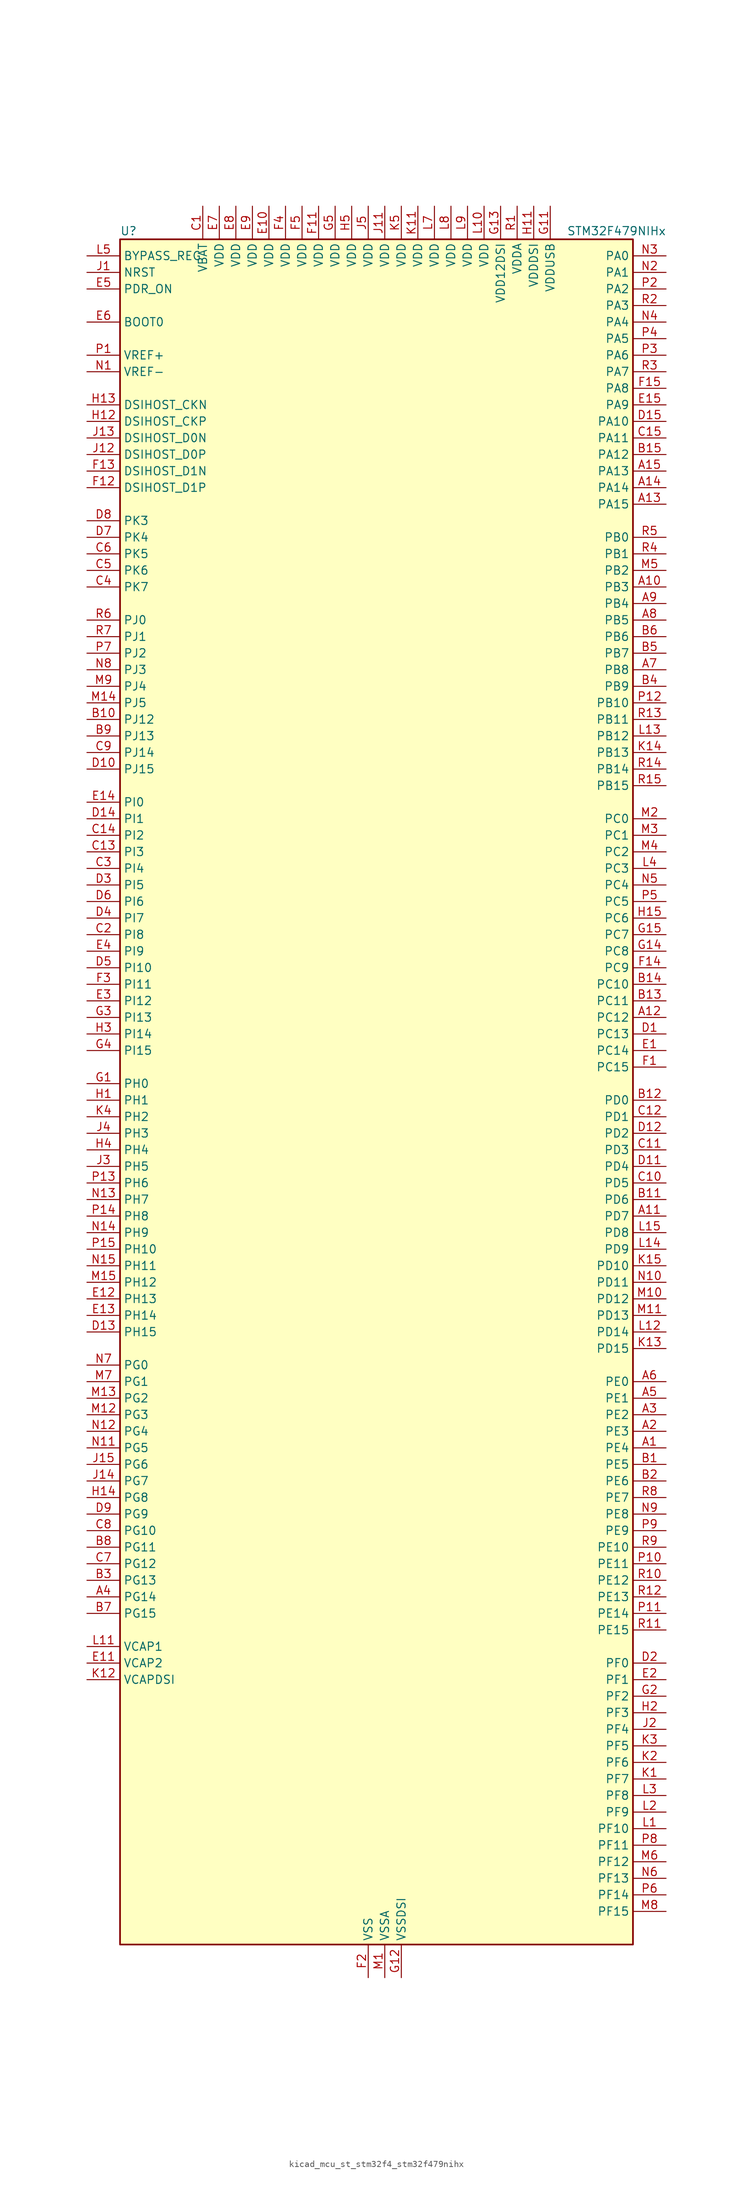
<source format=kicad_sym>
(kicad_symbol_lib
  (version 20220914)
  (generator kicad_symbol_editor)
  (symbol "kicad_mcu_st_stm32f4_stm32f479nihx"
    (property "Reference" "U"
      (at -38.1 133.35 0)
      (effects (font (size 1.27 1.27)) (justify left)))
    (property "Value" "STM32F479NIHx"
      (at 30.48 133.35 0)
      (effects (font (size 1.27 1.27)) (justify left)))
    (property "ki_locked" ""
      (at 0 0 0)
      (effects (font (size 1.27 1.27))))
    (symbol "kicad_mcu_st_stm32f4_stm32f479nihx_0_1"
      (rectangle (start -38.1 -129.54) (end 40.64 132.08) (stroke (width 0.254) (type default)) (fill (type background))))
    (symbol "kicad_mcu_st_stm32f4_stm32f479nihx_1_1"
      (pin bidirectional line (at 45.72 -53.34 180) (length 5.08) (name "PE4" (effects (font (size 1.27 1.27)))) (number "A1" (effects (font (size 1.27 1.27)))) (alternate "DCMI_D4" bidirectional line) (alternate "FMC_A20" bidirectional line) (alternate "LTDC_B0" bidirectional line) (alternate "SAI1_FS_A" bidirectional line) (alternate "SPI4_NSS" bidirectional line) (alternate "SYS_TRACED1" bidirectional line))
      (pin bidirectional line (at 45.72 78.74 180) (length 5.08) (name "PB3" (effects (font (size 1.27 1.27)))) (number "A10" (effects (font (size 1.27 1.27)))) (alternate "I2S3_CK" bidirectional line) (alternate "SPI1_SCK" bidirectional line) (alternate "SPI3_SCK" bidirectional line) (alternate "SYS_JTDO-SWO" bidirectional line) (alternate "TIM2_CH2" bidirectional line))
      (pin bidirectional line (at 45.72 -17.78 180) (length 5.08) (name "PD7" (effects (font (size 1.27 1.27)))) (number "A11" (effects (font (size 1.27 1.27)))) (alternate "FMC_NE1" bidirectional line) (alternate "USART2_CK" bidirectional line))
      (pin bidirectional line (at 45.72 12.7 180) (length 5.08) (name "PC12" (effects (font (size 1.27 1.27)))) (number "A12" (effects (font (size 1.27 1.27)))) (alternate "DCMI_D9" bidirectional line) (alternate "I2S3_SD" bidirectional line) (alternate "SDIO_CK" bidirectional line) (alternate "SPI3_MOSI" bidirectional line) (alternate "SYS_TRACED3" bidirectional line) (alternate "UART5_TX" bidirectional line) (alternate "USART3_CK" bidirectional line))
      (pin bidirectional line (at 45.72 91.44 180) (length 5.08) (name "PA15" (effects (font (size 1.27 1.27)))) (number "A13" (effects (font (size 1.27 1.27)))) (alternate "ADC1_EXTI15" bidirectional line) (alternate "ADC2_EXTI15" bidirectional line) (alternate "ADC3_EXTI15" bidirectional line) (alternate "I2S3_WS" bidirectional line) (alternate "SPI1_NSS" bidirectional line) (alternate "SPI3_NSS" bidirectional line) (alternate "SYS_JTDI" bidirectional line) (alternate "TIM2_CH1" bidirectional line) (alternate "TIM2_ETR" bidirectional line))
      (pin bidirectional line (at 45.72 93.98 180) (length 5.08) (name "PA14" (effects (font (size 1.27 1.27)))) (number "A14" (effects (font (size 1.27 1.27)))) (alternate "SYS_JTCK-SWCLK" bidirectional line))
      (pin bidirectional line (at 45.72 96.52 180) (length 5.08) (name "PA13" (effects (font (size 1.27 1.27)))) (number "A15" (effects (font (size 1.27 1.27)))) (alternate "SYS_JTMS-SWDIO" bidirectional line))
      (pin bidirectional line (at 45.72 -50.8 180) (length 5.08) (name "PE3" (effects (font (size 1.27 1.27)))) (number "A2" (effects (font (size 1.27 1.27)))) (alternate "FMC_A19" bidirectional line) (alternate "SAI1_SD_B" bidirectional line) (alternate "SYS_TRACED0" bidirectional line))
      (pin bidirectional line (at 45.72 -48.26 180) (length 5.08) (name "PE2" (effects (font (size 1.27 1.27)))) (number "A3" (effects (font (size 1.27 1.27)))) (alternate "ETH_TXD3" bidirectional line) (alternate "FMC_A23" bidirectional line) (alternate "QUADSPI_BK1_IO2" bidirectional line) (alternate "SAI1_MCLK_A" bidirectional line) (alternate "SPI4_SCK" bidirectional line) (alternate "SYS_TRACECLK" bidirectional line))
      (pin bidirectional line (at -43.18 -76.2 0) (length 5.08) (name "PG14" (effects (font (size 1.27 1.27)))) (number "A4" (effects (font (size 1.27 1.27)))) (alternate "ETH_TXD1" bidirectional line) (alternate "FMC_A25" bidirectional line) (alternate "LTDC_B0" bidirectional line) (alternate "QUADSPI_BK2_IO3" bidirectional line) (alternate "SPI6_MOSI" bidirectional line) (alternate "SYS_TRACED1" bidirectional line) (alternate "USART6_TX" bidirectional line))
      (pin bidirectional line (at 45.72 -45.72 180) (length 5.08) (name "PE1" (effects (font (size 1.27 1.27)))) (number "A5" (effects (font (size 1.27 1.27)))) (alternate "DCMI_D3" bidirectional line) (alternate "FMC_NBL1" bidirectional line) (alternate "UART8_TX" bidirectional line))
      (pin bidirectional line (at 45.72 -43.18 180) (length 5.08) (name "PE0" (effects (font (size 1.27 1.27)))) (number "A6" (effects (font (size 1.27 1.27)))) (alternate "DCMI_D2" bidirectional line) (alternate "FMC_NBL0" bidirectional line) (alternate "TIM4_ETR" bidirectional line) (alternate "UART8_RX" bidirectional line))
      (pin bidirectional line (at 45.72 66.04 180) (length 5.08) (name "PB8" (effects (font (size 1.27 1.27)))) (number "A7" (effects (font (size 1.27 1.27)))) (alternate "CAN1_RX" bidirectional line) (alternate "DCMI_D6" bidirectional line) (alternate "ETH_TXD3" bidirectional line) (alternate "I2C1_SCL" bidirectional line) (alternate "LTDC_B6" bidirectional line) (alternate "SDIO_D4" bidirectional line) (alternate "TIM10_CH1" bidirectional line) (alternate "TIM4_CH3" bidirectional line))
      (pin bidirectional line (at 45.72 73.66 180) (length 5.08) (name "PB5" (effects (font (size 1.27 1.27)))) (number "A8" (effects (font (size 1.27 1.27)))) (alternate "CAN2_RX" bidirectional line) (alternate "DCMI_D10" bidirectional line) (alternate "ETH_PPS_OUT" bidirectional line) (alternate "FMC_SDCKE1" bidirectional line) (alternate "I2C1_SMBA" bidirectional line) (alternate "I2S3_SD" bidirectional line) (alternate "LTDC_G7" bidirectional line) (alternate "SPI1_MOSI" bidirectional line) (alternate "SPI3_MOSI" bidirectional line) (alternate "TIM3_CH2" bidirectional line) (alternate "USB_OTG_HS_ULPI_D7" bidirectional line))
      (pin bidirectional line (at 45.72 76.2 180) (length 5.08) (name "PB4" (effects (font (size 1.27 1.27)))) (number "A9" (effects (font (size 1.27 1.27)))) (alternate "I2S3_ext_SD" bidirectional line) (alternate "SPI1_MISO" bidirectional line) (alternate "SPI3_MISO" bidirectional line) (alternate "SYS_JTRST" bidirectional line) (alternate "TIM3_CH1" bidirectional line))
      (pin bidirectional line (at 45.72 -55.88 180) (length 5.08) (name "PE5" (effects (font (size 1.27 1.27)))) (number "B1" (effects (font (size 1.27 1.27)))) (alternate "DCMI_D6" bidirectional line) (alternate "FMC_A21" bidirectional line) (alternate "LTDC_G0" bidirectional line) (alternate "SAI1_SCK_A" bidirectional line) (alternate "SPI4_MISO" bidirectional line) (alternate "SYS_TRACED2" bidirectional line) (alternate "TIM9_CH1" bidirectional line))
      (pin bidirectional line (at -43.18 58.42 0) (length 5.08) (name "PJ12" (effects (font (size 1.27 1.27)))) (number "B10" (effects (font (size 1.27 1.27)))) (alternate "LTDC_B0" bidirectional line) (alternate "LTDC_G3" bidirectional line))
      (pin bidirectional line (at 45.72 -15.24 180) (length 5.08) (name "PD6" (effects (font (size 1.27 1.27)))) (number "B11" (effects (font (size 1.27 1.27)))) (alternate "DCMI_D10" bidirectional line) (alternate "FMC_NWAIT" bidirectional line) (alternate "I2S3_SD" bidirectional line) (alternate "LTDC_B2" bidirectional line) (alternate "SAI1_SD_A" bidirectional line) (alternate "SPI3_MOSI" bidirectional line) (alternate "USART2_RX" bidirectional line))
      (pin bidirectional line (at 45.72 0 180) (length 5.08) (name "PD0" (effects (font (size 1.27 1.27)))) (number "B12" (effects (font (size 1.27 1.27)))) (alternate "CAN1_RX" bidirectional line) (alternate "FMC_D2" bidirectional line) (alternate "FMC_DA2" bidirectional line))
      (pin bidirectional line (at 45.72 15.24 180) (length 5.08) (name "PC11" (effects (font (size 1.27 1.27)))) (number "B13" (effects (font (size 1.27 1.27)))) (alternate "ADC1_EXTI11" bidirectional line) (alternate "ADC2_EXTI11" bidirectional line) (alternate "ADC3_EXTI11" bidirectional line) (alternate "DCMI_D4" bidirectional line) (alternate "I2S3_ext_SD" bidirectional line) (alternate "QUADSPI_BK2_NCS" bidirectional line) (alternate "SDIO_D3" bidirectional line) (alternate "SPI3_MISO" bidirectional line) (alternate "UART4_RX" bidirectional line) (alternate "USART3_RX" bidirectional line))
      (pin bidirectional line (at 45.72 17.78 180) (length 5.08) (name "PC10" (effects (font (size 1.27 1.27)))) (number "B14" (effects (font (size 1.27 1.27)))) (alternate "DCMI_D8" bidirectional line) (alternate "I2S3_CK" bidirectional line) (alternate "LTDC_R2" bidirectional line) (alternate "QUADSPI_BK1_IO1" bidirectional line) (alternate "SDIO_D2" bidirectional line) (alternate "SPI3_SCK" bidirectional line) (alternate "UART4_TX" bidirectional line) (alternate "USART3_TX" bidirectional line))
      (pin bidirectional line (at 45.72 99.06 180) (length 5.08) (name "PA12" (effects (font (size 1.27 1.27)))) (number "B15" (effects (font (size 1.27 1.27)))) (alternate "CAN1_TX" bidirectional line) (alternate "LTDC_R5" bidirectional line) (alternate "TIM1_ETR" bidirectional line) (alternate "USART1_RTS" bidirectional line) (alternate "USB_OTG_FS_DP" bidirectional line))
      (pin bidirectional line (at 45.72 -58.42 180) (length 5.08) (name "PE6" (effects (font (size 1.27 1.27)))) (number "B2" (effects (font (size 1.27 1.27)))) (alternate "DCMI_D7" bidirectional line) (alternate "FMC_A22" bidirectional line) (alternate "LTDC_G1" bidirectional line) (alternate "SAI1_SD_A" bidirectional line) (alternate "SPI4_MOSI" bidirectional line) (alternate "SYS_TRACED3" bidirectional line) (alternate "TIM9_CH2" bidirectional line))
      (pin bidirectional line (at -43.18 -73.66 0) (length 5.08) (name "PG13" (effects (font (size 1.27 1.27)))) (number "B3" (effects (font (size 1.27 1.27)))) (alternate "ETH_TXD0" bidirectional line) (alternate "FMC_A24" bidirectional line) (alternate "LTDC_R0" bidirectional line) (alternate "SPI6_SCK" bidirectional line) (alternate "SYS_TRACED0" bidirectional line) (alternate "USART6_CTS" bidirectional line))
      (pin bidirectional line (at 45.72 63.5 180) (length 5.08) (name "PB9" (effects (font (size 1.27 1.27)))) (number "B4" (effects (font (size 1.27 1.27)))) (alternate "CAN1_TX" bidirectional line) (alternate "DAC_EXTI9" bidirectional line) (alternate "DCMI_D7" bidirectional line) (alternate "I2C1_SDA" bidirectional line) (alternate "I2S2_WS" bidirectional line) (alternate "LTDC_B7" bidirectional line) (alternate "SDIO_D5" bidirectional line) (alternate "SPI2_NSS" bidirectional line) (alternate "TIM11_CH1" bidirectional line) (alternate "TIM4_CH4" bidirectional line))
      (pin bidirectional line (at 45.72 68.58 180) (length 5.08) (name "PB7" (effects (font (size 1.27 1.27)))) (number "B5" (effects (font (size 1.27 1.27)))) (alternate "DCMI_VSYNC" bidirectional line) (alternate "FMC_NL" bidirectional line) (alternate "I2C1_SDA" bidirectional line) (alternate "TIM4_CH2" bidirectional line) (alternate "USART1_RX" bidirectional line))
      (pin bidirectional line (at 45.72 71.12 180) (length 5.08) (name "PB6" (effects (font (size 1.27 1.27)))) (number "B6" (effects (font (size 1.27 1.27)))) (alternate "CAN2_TX" bidirectional line) (alternate "DCMI_D5" bidirectional line) (alternate "FMC_SDNE1" bidirectional line) (alternate "I2C1_SCL" bidirectional line) (alternate "QUADSPI_BK1_NCS" bidirectional line) (alternate "TIM4_CH1" bidirectional line) (alternate "USART1_TX" bidirectional line))
      (pin bidirectional line (at -43.18 -78.74 0) (length 5.08) (name "PG15" (effects (font (size 1.27 1.27)))) (number "B7" (effects (font (size 1.27 1.27)))) (alternate "ADC1_EXTI15" bidirectional line) (alternate "ADC2_EXTI15" bidirectional line) (alternate "ADC3_EXTI15" bidirectional line) (alternate "DCMI_D13" bidirectional line) (alternate "FMC_SDNCAS" bidirectional line) (alternate "USART6_CTS" bidirectional line))
      (pin bidirectional line (at -43.18 -68.58 0) (length 5.08) (name "PG11" (effects (font (size 1.27 1.27)))) (number "B8" (effects (font (size 1.27 1.27)))) (alternate "ADC1_EXTI11" bidirectional line) (alternate "ADC2_EXTI11" bidirectional line) (alternate "ADC3_EXTI11" bidirectional line) (alternate "DCMI_D3" bidirectional line) (alternate "ETH_TX_EN" bidirectional line) (alternate "LTDC_B3" bidirectional line))
      (pin bidirectional line (at -43.18 55.88 0) (length 5.08) (name "PJ13" (effects (font (size 1.27 1.27)))) (number "B9" (effects (font (size 1.27 1.27)))) (alternate "LTDC_B1" bidirectional line) (alternate "LTDC_G4" bidirectional line))
      (pin power_in line (at -25.4 137.16 270) (length 5.08) (name "VBAT" (effects (font (size 1.27 1.27)))) (number "C1" (effects (font (size 1.27 1.27)))))
      (pin bidirectional line (at 45.72 -12.7 180) (length 5.08) (name "PD5" (effects (font (size 1.27 1.27)))) (number "C10" (effects (font (size 1.27 1.27)))) (alternate "FMC_NWE" bidirectional line) (alternate "USART2_TX" bidirectional line))
      (pin bidirectional line (at 45.72 -7.62 180) (length 5.08) (name "PD3" (effects (font (size 1.27 1.27)))) (number "C11" (effects (font (size 1.27 1.27)))) (alternate "DCMI_D5" bidirectional line) (alternate "FMC_CLK" bidirectional line) (alternate "I2S2_CK" bidirectional line) (alternate "LTDC_G7" bidirectional line) (alternate "SPI2_SCK" bidirectional line) (alternate "USART2_CTS" bidirectional line))
      (pin bidirectional line (at 45.72 -2.54 180) (length 5.08) (name "PD1" (effects (font (size 1.27 1.27)))) (number "C12" (effects (font (size 1.27 1.27)))) (alternate "CAN1_TX" bidirectional line) (alternate "FMC_D3" bidirectional line) (alternate "FMC_DA3" bidirectional line))
      (pin bidirectional line (at -43.18 38.1 0) (length 5.08) (name "PI3" (effects (font (size 1.27 1.27)))) (number "C13" (effects (font (size 1.27 1.27)))) (alternate "DCMI_D10" bidirectional line) (alternate "FMC_D27" bidirectional line) (alternate "I2S2_SD" bidirectional line) (alternate "SPI2_MOSI" bidirectional line) (alternate "TIM8_ETR" bidirectional line))
      (pin bidirectional line (at -43.18 40.64 0) (length 5.08) (name "PI2" (effects (font (size 1.27 1.27)))) (number "C14" (effects (font (size 1.27 1.27)))) (alternate "DCMI_D9" bidirectional line) (alternate "FMC_D26" bidirectional line) (alternate "I2S2_ext_SD" bidirectional line) (alternate "LTDC_G7" bidirectional line) (alternate "SPI2_MISO" bidirectional line) (alternate "TIM8_CH4" bidirectional line))
      (pin bidirectional line (at 45.72 101.6 180) (length 5.08) (name "PA11" (effects (font (size 1.27 1.27)))) (number "C15" (effects (font (size 1.27 1.27)))) (alternate "ADC1_EXTI11" bidirectional line) (alternate "ADC2_EXTI11" bidirectional line) (alternate "ADC3_EXTI11" bidirectional line) (alternate "CAN1_RX" bidirectional line) (alternate "LTDC_R4" bidirectional line) (alternate "TIM1_CH4" bidirectional line) (alternate "USART1_CTS" bidirectional line) (alternate "USB_OTG_FS_DM" bidirectional line))
      (pin bidirectional line (at -43.18 25.4 0) (length 5.08) (name "PI8" (effects (font (size 1.27 1.27)))) (number "C2" (effects (font (size 1.27 1.27)))) (alternate "RTC_AF1" bidirectional line) (alternate "RTC_AF2" bidirectional line))
      (pin bidirectional line (at -43.18 35.56 0) (length 5.08) (name "PI4" (effects (font (size 1.27 1.27)))) (number "C3" (effects (font (size 1.27 1.27)))) (alternate "DCMI_D5" bidirectional line) (alternate "FMC_NBL2" bidirectional line) (alternate "LTDC_B4" bidirectional line) (alternate "TIM8_BKIN" bidirectional line))
      (pin bidirectional line (at -43.18 78.74 0) (length 5.08) (name "PK7" (effects (font (size 1.27 1.27)))) (number "C4" (effects (font (size 1.27 1.27)))) (alternate "LTDC_DE" bidirectional line))
      (pin bidirectional line (at -43.18 81.28 0) (length 5.08) (name "PK6" (effects (font (size 1.27 1.27)))) (number "C5" (effects (font (size 1.27 1.27)))) (alternate "LTDC_B7" bidirectional line))
      (pin bidirectional line (at -43.18 83.82 0) (length 5.08) (name "PK5" (effects (font (size 1.27 1.27)))) (number "C6" (effects (font (size 1.27 1.27)))) (alternate "LTDC_B6" bidirectional line))
      (pin bidirectional line (at -43.18 -71.12 0) (length 5.08) (name "PG12" (effects (font (size 1.27 1.27)))) (number "C7" (effects (font (size 1.27 1.27)))) (alternate "FMC_NE4" bidirectional line) (alternate "LTDC_B1" bidirectional line) (alternate "LTDC_B4" bidirectional line) (alternate "SPI6_MISO" bidirectional line) (alternate "USART6_RTS" bidirectional line))
      (pin bidirectional line (at -43.18 -66.04 0) (length 5.08) (name "PG10" (effects (font (size 1.27 1.27)))) (number "C8" (effects (font (size 1.27 1.27)))) (alternate "DCMI_D2" bidirectional line) (alternate "FMC_NE3" bidirectional line) (alternate "LTDC_B2" bidirectional line) (alternate "LTDC_G3" bidirectional line))
      (pin bidirectional line (at -43.18 53.34 0) (length 5.08) (name "PJ14" (effects (font (size 1.27 1.27)))) (number "C9" (effects (font (size 1.27 1.27)))) (alternate "LTDC_B2" bidirectional line))
      (pin bidirectional line (at 45.72 10.16 180) (length 5.08) (name "PC13" (effects (font (size 1.27 1.27)))) (number "D1" (effects (font (size 1.27 1.27)))) (alternate "RTC_AF1" bidirectional line))
      (pin bidirectional line (at -43.18 50.8 0) (length 5.08) (name "PJ15" (effects (font (size 1.27 1.27)))) (number "D10" (effects (font (size 1.27 1.27)))) (alternate "ADC1_EXTI15" bidirectional line) (alternate "ADC2_EXTI15" bidirectional line) (alternate "ADC3_EXTI15" bidirectional line) (alternate "LTDC_B3" bidirectional line))
      (pin bidirectional line (at 45.72 -10.16 180) (length 5.08) (name "PD4" (effects (font (size 1.27 1.27)))) (number "D11" (effects (font (size 1.27 1.27)))) (alternate "FMC_NOE" bidirectional line) (alternate "USART2_RTS" bidirectional line))
      (pin bidirectional line (at 45.72 -5.08 180) (length 5.08) (name "PD2" (effects (font (size 1.27 1.27)))) (number "D12" (effects (font (size 1.27 1.27)))) (alternate "DCMI_D11" bidirectional line) (alternate "SDIO_CMD" bidirectional line) (alternate "SYS_TRACED2" bidirectional line) (alternate "TIM3_ETR" bidirectional line) (alternate "UART5_RX" bidirectional line))
      (pin bidirectional line (at -43.18 -35.56 0) (length 5.08) (name "PH15" (effects (font (size 1.27 1.27)))) (number "D13" (effects (font (size 1.27 1.27)))) (alternate "ADC1_EXTI15" bidirectional line) (alternate "ADC2_EXTI15" bidirectional line) (alternate "ADC3_EXTI15" bidirectional line) (alternate "DCMI_D11" bidirectional line) (alternate "FMC_D23" bidirectional line) (alternate "LTDC_G4" bidirectional line) (alternate "TIM8_CH3N" bidirectional line))
      (pin bidirectional line (at -43.18 43.18 0) (length 5.08) (name "PI1" (effects (font (size 1.27 1.27)))) (number "D14" (effects (font (size 1.27 1.27)))) (alternate "DCMI_D8" bidirectional line) (alternate "FMC_D25" bidirectional line) (alternate "I2S2_CK" bidirectional line) (alternate "LTDC_G6" bidirectional line) (alternate "SPI2_SCK" bidirectional line))
      (pin bidirectional line (at 45.72 104.14 180) (length 5.08) (name "PA10" (effects (font (size 1.27 1.27)))) (number "D15" (effects (font (size 1.27 1.27)))) (alternate "DCMI_D1" bidirectional line) (alternate "TIM1_CH3" bidirectional line) (alternate "USART1_RX" bidirectional line) (alternate "USB_OTG_FS_ID" bidirectional line))
      (pin bidirectional line (at 45.72 -86.36 180) (length 5.08) (name "PF0" (effects (font (size 1.27 1.27)))) (number "D2" (effects (font (size 1.27 1.27)))) (alternate "FMC_A0" bidirectional line) (alternate "I2C2_SDA" bidirectional line))
      (pin bidirectional line (at -43.18 33.02 0) (length 5.08) (name "PI5" (effects (font (size 1.27 1.27)))) (number "D3" (effects (font (size 1.27 1.27)))) (alternate "DCMI_VSYNC" bidirectional line) (alternate "FMC_NBL3" bidirectional line) (alternate "LTDC_B5" bidirectional line) (alternate "TIM8_CH1" bidirectional line))
      (pin bidirectional line (at -43.18 27.94 0) (length 5.08) (name "PI7" (effects (font (size 1.27 1.27)))) (number "D4" (effects (font (size 1.27 1.27)))) (alternate "DCMI_D7" bidirectional line) (alternate "FMC_D29" bidirectional line) (alternate "LTDC_B7" bidirectional line) (alternate "TIM8_CH3" bidirectional line))
      (pin bidirectional line (at -43.18 20.32 0) (length 5.08) (name "PI10" (effects (font (size 1.27 1.27)))) (number "D5" (effects (font (size 1.27 1.27)))) (alternate "ETH_RX_ER" bidirectional line) (alternate "FMC_D31" bidirectional line) (alternate "LTDC_HSYNC" bidirectional line))
      (pin bidirectional line (at -43.18 30.48 0) (length 5.08) (name "PI6" (effects (font (size 1.27 1.27)))) (number "D6" (effects (font (size 1.27 1.27)))) (alternate "DCMI_D6" bidirectional line) (alternate "FMC_D28" bidirectional line) (alternate "LTDC_B6" bidirectional line) (alternate "TIM8_CH2" bidirectional line))
      (pin bidirectional line (at -43.18 86.36 0) (length 5.08) (name "PK4" (effects (font (size 1.27 1.27)))) (number "D7" (effects (font (size 1.27 1.27)))) (alternate "LTDC_B5" bidirectional line))
      (pin bidirectional line (at -43.18 88.9 0) (length 5.08) (name "PK3" (effects (font (size 1.27 1.27)))) (number "D8" (effects (font (size 1.27 1.27)))) (alternate "LTDC_B4" bidirectional line))
      (pin bidirectional line (at -43.18 -63.5 0) (length 5.08) (name "PG9" (effects (font (size 1.27 1.27)))) (number "D9" (effects (font (size 1.27 1.27)))) (alternate "DAC_EXTI9" bidirectional line) (alternate "DCMI_VSYNC" bidirectional line) (alternate "FMC_NCE" bidirectional line) (alternate "FMC_NE2" bidirectional line) (alternate "QUADSPI_BK2_IO2" bidirectional line) (alternate "USART6_RX" bidirectional line))
      (pin bidirectional line (at 45.72 7.62 180) (length 5.08) (name "PC14" (effects (font (size 1.27 1.27)))) (number "E1" (effects (font (size 1.27 1.27)))) (alternate "RCC_OSC32_IN" bidirectional line))
      (pin power_in line (at -15.24 137.16 270) (length 5.08) (name "VDD" (effects (font (size 1.27 1.27)))) (number "E10" (effects (font (size 1.27 1.27)))))
      (pin power_out line (at -43.18 -86.36 0) (length 5.08) (name "VCAP2" (effects (font (size 1.27 1.27)))) (number "E11" (effects (font (size 1.27 1.27)))))
      (pin bidirectional line (at -43.18 -30.48 0) (length 5.08) (name "PH13" (effects (font (size 1.27 1.27)))) (number "E12" (effects (font (size 1.27 1.27)))) (alternate "CAN1_TX" bidirectional line) (alternate "FMC_D21" bidirectional line) (alternate "LTDC_G2" bidirectional line) (alternate "TIM8_CH1N" bidirectional line))
      (pin bidirectional line (at -43.18 -33.02 0) (length 5.08) (name "PH14" (effects (font (size 1.27 1.27)))) (number "E13" (effects (font (size 1.27 1.27)))) (alternate "DCMI_D4" bidirectional line) (alternate "FMC_D22" bidirectional line) (alternate "LTDC_G3" bidirectional line) (alternate "TIM8_CH2N" bidirectional line))
      (pin bidirectional line (at -43.18 45.72 0) (length 5.08) (name "PI0" (effects (font (size 1.27 1.27)))) (number "E14" (effects (font (size 1.27 1.27)))) (alternate "DCMI_D13" bidirectional line) (alternate "FMC_D24" bidirectional line) (alternate "I2S2_WS" bidirectional line) (alternate "LTDC_G5" bidirectional line) (alternate "SPI2_NSS" bidirectional line) (alternate "TIM5_CH4" bidirectional line))
      (pin bidirectional line (at 45.72 106.68 180) (length 5.08) (name "PA9" (effects (font (size 1.27 1.27)))) (number "E15" (effects (font (size 1.27 1.27)))) (alternate "DAC_EXTI9" bidirectional line) (alternate "DCMI_D0" bidirectional line) (alternate "I2C3_SMBA" bidirectional line) (alternate "I2S2_CK" bidirectional line) (alternate "SPI2_SCK" bidirectional line) (alternate "TIM1_CH2" bidirectional line) (alternate "USART1_TX" bidirectional line) (alternate "USB_OTG_FS_VBUS" bidirectional line))
      (pin bidirectional line (at 45.72 -88.9 180) (length 5.08) (name "PF1" (effects (font (size 1.27 1.27)))) (number "E2" (effects (font (size 1.27 1.27)))) (alternate "FMC_A1" bidirectional line) (alternate "I2C2_SCL" bidirectional line))
      (pin bidirectional line (at -43.18 15.24 0) (length 5.08) (name "PI12" (effects (font (size 1.27 1.27)))) (number "E3" (effects (font (size 1.27 1.27)))) (alternate "LTDC_HSYNC" bidirectional line))
      (pin bidirectional line (at -43.18 22.86 0) (length 5.08) (name "PI9" (effects (font (size 1.27 1.27)))) (number "E4" (effects (font (size 1.27 1.27)))) (alternate "CAN1_RX" bidirectional line) (alternate "DAC_EXTI9" bidirectional line) (alternate "FMC_D30" bidirectional line) (alternate "LTDC_VSYNC" bidirectional line))
      (pin input line (at -43.18 124.46 0) (length 5.08) (name "PDR_ON" (effects (font (size 1.27 1.27)))) (number "E5" (effects (font (size 1.27 1.27)))))
      (pin input line (at -43.18 119.38 0) (length 5.08) (name "BOOT0" (effects (font (size 1.27 1.27)))) (number "E6" (effects (font (size 1.27 1.27)))))
      (pin power_in line (at -22.86 137.16 270) (length 5.08) (name "VDD" (effects (font (size 1.27 1.27)))) (number "E7" (effects (font (size 1.27 1.27)))))
      (pin power_in line (at -20.32 137.16 270) (length 5.08) (name "VDD" (effects (font (size 1.27 1.27)))) (number "E8" (effects (font (size 1.27 1.27)))))
      (pin power_in line (at -17.78 137.16 270) (length 5.08) (name "VDD" (effects (font (size 1.27 1.27)))) (number "E9" (effects (font (size 1.27 1.27)))))
      (pin bidirectional line (at 45.72 5.08 180) (length 5.08) (name "PC15" (effects (font (size 1.27 1.27)))) (number "F1" (effects (font (size 1.27 1.27)))) (alternate "ADC1_EXTI15" bidirectional line) (alternate "ADC2_EXTI15" bidirectional line) (alternate "ADC3_EXTI15" bidirectional line) (alternate "RCC_OSC32_OUT" bidirectional line))
      (pin passive line (at 0 -134.62 90) (length 5.08) hide (name "VSS" (effects (font (size 1.27 1.27)))) (number "F10" (effects (font (size 1.27 1.27)))))
      (pin power_in line (at -7.62 137.16 270) (length 5.08) (name "VDD" (effects (font (size 1.27 1.27)))) (number "F11" (effects (font (size 1.27 1.27)))))
      (pin bidirectional line (at -43.18 93.98 0) (length 5.08) (name "DSIHOST_D1P" (effects (font (size 1.27 1.27)))) (number "F12" (effects (font (size 1.27 1.27)))) (alternate "DSIHOST_D1P" bidirectional line))
      (pin bidirectional line (at -43.18 96.52 0) (length 5.08) (name "DSIHOST_D1N" (effects (font (size 1.27 1.27)))) (number "F13" (effects (font (size 1.27 1.27)))) (alternate "DSIHOST_D1N" bidirectional line))
      (pin bidirectional line (at 45.72 20.32 180) (length 5.08) (name "PC9" (effects (font (size 1.27 1.27)))) (number "F14" (effects (font (size 1.27 1.27)))) (alternate "DAC_EXTI9" bidirectional line) (alternate "DCMI_D3" bidirectional line) (alternate "I2C3_SDA" bidirectional line) (alternate "I2S_CKIN" bidirectional line) (alternate "QUADSPI_BK1_IO0" bidirectional line) (alternate "RCC_MCO_2" bidirectional line) (alternate "SDIO_D1" bidirectional line) (alternate "TIM3_CH4" bidirectional line) (alternate "TIM8_CH4" bidirectional line))
      (pin bidirectional line (at 45.72 109.22 180) (length 5.08) (name "PA8" (effects (font (size 1.27 1.27)))) (number "F15" (effects (font (size 1.27 1.27)))) (alternate "I2C3_SCL" bidirectional line) (alternate "LTDC_R6" bidirectional line) (alternate "RCC_MCO_1" bidirectional line) (alternate "TIM1_CH1" bidirectional line) (alternate "USART1_CK" bidirectional line) (alternate "USB_OTG_FS_SOF" bidirectional line))
      (pin power_in line (at 0 -134.62 90) (length 5.08) (name "VSS" (effects (font (size 1.27 1.27)))) (number "F2" (effects (font (size 1.27 1.27)))))
      (pin bidirectional line (at -43.18 17.78 0) (length 5.08) (name "PI11" (effects (font (size 1.27 1.27)))) (number "F3" (effects (font (size 1.27 1.27)))) (alternate "ADC1_EXTI11" bidirectional line) (alternate "ADC2_EXTI11" bidirectional line) (alternate "ADC3_EXTI11" bidirectional line) (alternate "LTDC_G6" bidirectional line) (alternate "USB_OTG_HS_ULPI_DIR" bidirectional line))
      (pin power_in line (at -12.7 137.16 270) (length 5.08) (name "VDD" (effects (font (size 1.27 1.27)))) (number "F4" (effects (font (size 1.27 1.27)))))
      (pin power_in line (at -10.16 137.16 270) (length 5.08) (name "VDD" (effects (font (size 1.27 1.27)))) (number "F5" (effects (font (size 1.27 1.27)))))
      (pin passive line (at 0 -134.62 90) (length 5.08) hide (name "VSS" (effects (font (size 1.27 1.27)))) (number "F6" (effects (font (size 1.27 1.27)))))
      (pin passive line (at 0 -134.62 90) (length 5.08) hide (name "VSS" (effects (font (size 1.27 1.27)))) (number "F7" (effects (font (size 1.27 1.27)))))
      (pin passive line (at 0 -134.62 90) (length 5.08) hide (name "VSS" (effects (font (size 1.27 1.27)))) (number "F8" (effects (font (size 1.27 1.27)))))
      (pin passive line (at 0 -134.62 90) (length 5.08) hide (name "VSS" (effects (font (size 1.27 1.27)))) (number "F9" (effects (font (size 1.27 1.27)))))
      (pin bidirectional line (at -43.18 2.54 0) (length 5.08) (name "PH0" (effects (font (size 1.27 1.27)))) (number "G1" (effects (font (size 1.27 1.27)))) (alternate "RCC_OSC_IN" bidirectional line))
      (pin passive line (at 0 -134.62 90) (length 5.08) hide (name "VSS" (effects (font (size 1.27 1.27)))) (number "G10" (effects (font (size 1.27 1.27)))))
      (pin power_in line (at 27.94 137.16 270) (length 5.08) (name "VDDUSB" (effects (font (size 1.27 1.27)))) (number "G11" (effects (font (size 1.27 1.27)))))
      (pin power_in line (at 5.08 -134.62 90) (length 5.08) (name "VSSDSI" (effects (font (size 1.27 1.27)))) (number "G12" (effects (font (size 1.27 1.27)))))
      (pin power_in line (at 20.32 137.16 270) (length 5.08) (name "VDD12DSI" (effects (font (size 1.27 1.27)))) (number "G13" (effects (font (size 1.27 1.27)))))
      (pin bidirectional line (at 45.72 22.86 180) (length 5.08) (name "PC8" (effects (font (size 1.27 1.27)))) (number "G14" (effects (font (size 1.27 1.27)))) (alternate "DCMI_D2" bidirectional line) (alternate "SDIO_D0" bidirectional line) (alternate "SYS_TRACED1" bidirectional line) (alternate "TIM3_CH3" bidirectional line) (alternate "TIM8_CH3" bidirectional line) (alternate "USART6_CK" bidirectional line))
      (pin bidirectional line (at 45.72 25.4 180) (length 5.08) (name "PC7" (effects (font (size 1.27 1.27)))) (number "G15" (effects (font (size 1.27 1.27)))) (alternate "DCMI_D1" bidirectional line) (alternate "I2S3_MCK" bidirectional line) (alternate "LTDC_G6" bidirectional line) (alternate "SDIO_D7" bidirectional line) (alternate "TIM3_CH2" bidirectional line) (alternate "TIM8_CH2" bidirectional line) (alternate "USART6_RX" bidirectional line))
      (pin bidirectional line (at 45.72 -91.44 180) (length 5.08) (name "PF2" (effects (font (size 1.27 1.27)))) (number "G2" (effects (font (size 1.27 1.27)))) (alternate "FMC_A2" bidirectional line) (alternate "I2C2_SMBA" bidirectional line))
      (pin bidirectional line (at -43.18 12.7 0) (length 5.08) (name "PI13" (effects (font (size 1.27 1.27)))) (number "G3" (effects (font (size 1.27 1.27)))) (alternate "LTDC_VSYNC" bidirectional line))
      (pin bidirectional line (at -43.18 7.62 0) (length 5.08) (name "PI15" (effects (font (size 1.27 1.27)))) (number "G4" (effects (font (size 1.27 1.27)))) (alternate "ADC1_EXTI15" bidirectional line) (alternate "ADC2_EXTI15" bidirectional line) (alternate "ADC3_EXTI15" bidirectional line) (alternate "LTDC_G2" bidirectional line) (alternate "LTDC_R0" bidirectional line))
      (pin power_in line (at -5.08 137.16 270) (length 5.08) (name "VDD" (effects (font (size 1.27 1.27)))) (number "G5" (effects (font (size 1.27 1.27)))))
      (pin passive line (at 0 -134.62 90) (length 5.08) hide (name "VSS" (effects (font (size 1.27 1.27)))) (number "G6" (effects (font (size 1.27 1.27)))))
      (pin bidirectional line (at -43.18 0 0) (length 5.08) (name "PH1" (effects (font (size 1.27 1.27)))) (number "H1" (effects (font (size 1.27 1.27)))) (alternate "RCC_OSC_OUT" bidirectional line))
      (pin passive line (at 0 -134.62 90) (length 5.08) hide (name "VSS" (effects (font (size 1.27 1.27)))) (number "H10" (effects (font (size 1.27 1.27)))))
      (pin power_in line (at 25.4 137.16 270) (length 5.08) (name "VDDDSI" (effects (font (size 1.27 1.27)))) (number "H11" (effects (font (size 1.27 1.27)))))
      (pin bidirectional line (at -43.18 104.14 0) (length 5.08) (name "DSIHOST_CKP" (effects (font (size 1.27 1.27)))) (number "H12" (effects (font (size 1.27 1.27)))) (alternate "DSIHOST_CKP" bidirectional line))
      (pin bidirectional line (at -43.18 106.68 0) (length 5.08) (name "DSIHOST_CKN" (effects (font (size 1.27 1.27)))) (number "H13" (effects (font (size 1.27 1.27)))) (alternate "DSIHOST_CKN" bidirectional line))
      (pin bidirectional line (at -43.18 -60.96 0) (length 5.08) (name "PG8" (effects (font (size 1.27 1.27)))) (number "H14" (effects (font (size 1.27 1.27)))) (alternate "ETH_PPS_OUT" bidirectional line) (alternate "FMC_SDCLK" bidirectional line) (alternate "LTDC_G7" bidirectional line) (alternate "SPI6_NSS" bidirectional line) (alternate "USART6_RTS" bidirectional line))
      (pin bidirectional line (at 45.72 27.94 180) (length 5.08) (name "PC6" (effects (font (size 1.27 1.27)))) (number "H15" (effects (font (size 1.27 1.27)))) (alternate "DCMI_D0" bidirectional line) (alternate "I2S2_MCK" bidirectional line) (alternate "LTDC_HSYNC" bidirectional line) (alternate "SDIO_D6" bidirectional line) (alternate "TIM3_CH1" bidirectional line) (alternate "TIM8_CH1" bidirectional line) (alternate "USART6_TX" bidirectional line))
      (pin bidirectional line (at 45.72 -93.98 180) (length 5.08) (name "PF3" (effects (font (size 1.27 1.27)))) (number "H2" (effects (font (size 1.27 1.27)))) (alternate "ADC3_IN9" bidirectional line) (alternate "FMC_A3" bidirectional line))
      (pin bidirectional line (at -43.18 10.16 0) (length 5.08) (name "PI14" (effects (font (size 1.27 1.27)))) (number "H3" (effects (font (size 1.27 1.27)))) (alternate "LTDC_CLK" bidirectional line))
      (pin bidirectional line (at -43.18 -7.62 0) (length 5.08) (name "PH4" (effects (font (size 1.27 1.27)))) (number "H4" (effects (font (size 1.27 1.27)))) (alternate "I2C2_SCL" bidirectional line) (alternate "LTDC_G4" bidirectional line) (alternate "LTDC_G5" bidirectional line) (alternate "USB_OTG_HS_ULPI_NXT" bidirectional line))
      (pin power_in line (at -2.54 137.16 270) (length 5.08) (name "VDD" (effects (font (size 1.27 1.27)))) (number "H5" (effects (font (size 1.27 1.27)))))
      (pin passive line (at 0 -134.62 90) (length 5.08) hide (name "VSS" (effects (font (size 1.27 1.27)))) (number "H6" (effects (font (size 1.27 1.27)))))
      (pin input line (at -43.18 127 0) (length 5.08) (name "NRST" (effects (font (size 1.27 1.27)))) (number "J1" (effects (font (size 1.27 1.27)))))
      (pin passive line (at 0 -134.62 90) (length 5.08) hide (name "VSS" (effects (font (size 1.27 1.27)))) (number "J10" (effects (font (size 1.27 1.27)))))
      (pin power_in line (at 2.54 137.16 270) (length 5.08) (name "VDD" (effects (font (size 1.27 1.27)))) (number "J11" (effects (font (size 1.27 1.27)))))
      (pin bidirectional line (at -43.18 99.06 0) (length 5.08) (name "DSIHOST_D0P" (effects (font (size 1.27 1.27)))) (number "J12" (effects (font (size 1.27 1.27)))) (alternate "DSIHOST_D0P" bidirectional line))
      (pin bidirectional line (at -43.18 101.6 0) (length 5.08) (name "DSIHOST_D0N" (effects (font (size 1.27 1.27)))) (number "J13" (effects (font (size 1.27 1.27)))) (alternate "DSIHOST_D0N" bidirectional line))
      (pin bidirectional line (at -43.18 -58.42 0) (length 5.08) (name "PG7" (effects (font (size 1.27 1.27)))) (number "J14" (effects (font (size 1.27 1.27)))) (alternate "DCMI_D13" bidirectional line) (alternate "FMC_INT" bidirectional line) (alternate "LTDC_CLK" bidirectional line) (alternate "SAI1_MCLK_A" bidirectional line) (alternate "USART6_CK" bidirectional line))
      (pin bidirectional line (at -43.18 -55.88 0) (length 5.08) (name "PG6" (effects (font (size 1.27 1.27)))) (number "J15" (effects (font (size 1.27 1.27)))) (alternate "DCMI_D12" bidirectional line) (alternate "LTDC_R7" bidirectional line))
      (pin bidirectional line (at 45.72 -96.52 180) (length 5.08) (name "PF4" (effects (font (size 1.27 1.27)))) (number "J2" (effects (font (size 1.27 1.27)))) (alternate "ADC3_IN14" bidirectional line) (alternate "FMC_A4" bidirectional line))
      (pin bidirectional line (at -43.18 -10.16 0) (length 5.08) (name "PH5" (effects (font (size 1.27 1.27)))) (number "J3" (effects (font (size 1.27 1.27)))) (alternate "FMC_SDNWE" bidirectional line) (alternate "I2C2_SDA" bidirectional line) (alternate "SPI5_NSS" bidirectional line))
      (pin bidirectional line (at -43.18 -5.08 0) (length 5.08) (name "PH3" (effects (font (size 1.27 1.27)))) (number "J4" (effects (font (size 1.27 1.27)))) (alternate "ETH_COL" bidirectional line) (alternate "FMC_SDNE0" bidirectional line) (alternate "LTDC_R1" bidirectional line) (alternate "QUADSPI_BK2_IO1" bidirectional line))
      (pin power_in line (at 0 137.16 270) (length 5.08) (name "VDD" (effects (font (size 1.27 1.27)))) (number "J5" (effects (font (size 1.27 1.27)))))
      (pin passive line (at 0 -134.62 90) (length 5.08) hide (name "VSS" (effects (font (size 1.27 1.27)))) (number "J6" (effects (font (size 1.27 1.27)))))
      (pin bidirectional line (at 45.72 -104.14 180) (length 5.08) (name "PF7" (effects (font (size 1.27 1.27)))) (number "K1" (effects (font (size 1.27 1.27)))) (alternate "ADC3_IN5" bidirectional line) (alternate "QUADSPI_BK1_IO2" bidirectional line) (alternate "SAI1_MCLK_B" bidirectional line) (alternate "SPI5_SCK" bidirectional line) (alternate "TIM11_CH1" bidirectional line) (alternate "UART7_TX" bidirectional line))
      (pin passive line (at 0 -134.62 90) (length 5.08) hide (name "VSS" (effects (font (size 1.27 1.27)))) (number "K10" (effects (font (size 1.27 1.27)))))
      (pin power_in line (at 7.62 137.16 270) (length 5.08) (name "VDD" (effects (font (size 1.27 1.27)))) (number "K11" (effects (font (size 1.27 1.27)))))
      (pin power_out line (at -43.18 -88.9 0) (length 5.08) (name "VCAPDSI" (effects (font (size 1.27 1.27)))) (number "K12" (effects (font (size 1.27 1.27)))))
      (pin bidirectional line (at 45.72 -38.1 180) (length 5.08) (name "PD15" (effects (font (size 1.27 1.27)))) (number "K13" (effects (font (size 1.27 1.27)))) (alternate "ADC1_EXTI15" bidirectional line) (alternate "ADC2_EXTI15" bidirectional line) (alternate "ADC3_EXTI15" bidirectional line) (alternate "FMC_D1" bidirectional line) (alternate "FMC_DA1" bidirectional line) (alternate "TIM4_CH4" bidirectional line))
      (pin bidirectional line (at 45.72 53.34 180) (length 5.08) (name "PB13" (effects (font (size 1.27 1.27)))) (number "K14" (effects (font (size 1.27 1.27)))) (alternate "CAN2_TX" bidirectional line) (alternate "ETH_TXD1" bidirectional line) (alternate "I2S2_CK" bidirectional line) (alternate "SPI2_SCK" bidirectional line) (alternate "TIM1_CH1N" bidirectional line) (alternate "USART3_CTS" bidirectional line) (alternate "USB_OTG_HS_ULPI_D6" bidirectional line) (alternate "USB_OTG_HS_VBUS" bidirectional line))
      (pin bidirectional line (at 45.72 -25.4 180) (length 5.08) (name "PD10" (effects (font (size 1.27 1.27)))) (number "K15" (effects (font (size 1.27 1.27)))) (alternate "FMC_D15" bidirectional line) (alternate "FMC_DA15" bidirectional line) (alternate "LTDC_B3" bidirectional line) (alternate "USART3_CK" bidirectional line))
      (pin bidirectional line (at 45.72 -101.6 180) (length 5.08) (name "PF6" (effects (font (size 1.27 1.27)))) (number "K2" (effects (font (size 1.27 1.27)))) (alternate "ADC3_IN4" bidirectional line) (alternate "QUADSPI_BK1_IO3" bidirectional line) (alternate "SAI1_SD_B" bidirectional line) (alternate "SPI5_NSS" bidirectional line) (alternate "TIM10_CH1" bidirectional line) (alternate "UART7_RX" bidirectional line))
      (pin bidirectional line (at 45.72 -99.06 180) (length 5.08) (name "PF5" (effects (font (size 1.27 1.27)))) (number "K3" (effects (font (size 1.27 1.27)))) (alternate "ADC3_IN15" bidirectional line) (alternate "FMC_A5" bidirectional line))
      (pin bidirectional line (at -43.18 -2.54 0) (length 5.08) (name "PH2" (effects (font (size 1.27 1.27)))) (number "K4" (effects (font (size 1.27 1.27)))) (alternate "ETH_CRS" bidirectional line) (alternate "FMC_SDCKE0" bidirectional line) (alternate "LTDC_R0" bidirectional line) (alternate "QUADSPI_BK2_IO0" bidirectional line))
      (pin power_in line (at 5.08 137.16 270) (length 5.08) (name "VDD" (effects (font (size 1.27 1.27)))) (number "K5" (effects (font (size 1.27 1.27)))))
      (pin passive line (at 0 -134.62 90) (length 5.08) hide (name "VSS" (effects (font (size 1.27 1.27)))) (number "K6" (effects (font (size 1.27 1.27)))))
      (pin passive line (at 0 -134.62 90) (length 5.08) hide (name "VSS" (effects (font (size 1.27 1.27)))) (number "K7" (effects (font (size 1.27 1.27)))))
      (pin passive line (at 0 -134.62 90) (length 5.08) hide (name "VSS" (effects (font (size 1.27 1.27)))) (number "K8" (effects (font (size 1.27 1.27)))))
      (pin passive line (at 0 -134.62 90) (length 5.08) hide (name "VSS" (effects (font (size 1.27 1.27)))) (number "K9" (effects (font (size 1.27 1.27)))))
      (pin bidirectional line (at 45.72 -111.76 180) (length 5.08) (name "PF10" (effects (font (size 1.27 1.27)))) (number "L1" (effects (font (size 1.27 1.27)))) (alternate "ADC3_IN8" bidirectional line) (alternate "DCMI_D11" bidirectional line) (alternate "LTDC_DE" bidirectional line) (alternate "QUADSPI_CLK" bidirectional line))
      (pin power_in line (at 17.78 137.16 270) (length 5.08) (name "VDD" (effects (font (size 1.27 1.27)))) (number "L10" (effects (font (size 1.27 1.27)))))
      (pin power_out line (at -43.18 -83.82 0) (length 5.08) (name "VCAP1" (effects (font (size 1.27 1.27)))) (number "L11" (effects (font (size 1.27 1.27)))))
      (pin bidirectional line (at 45.72 -35.56 180) (length 5.08) (name "PD14" (effects (font (size 1.27 1.27)))) (number "L12" (effects (font (size 1.27 1.27)))) (alternate "FMC_D0" bidirectional line) (alternate "FMC_DA0" bidirectional line) (alternate "TIM4_CH3" bidirectional line))
      (pin bidirectional line (at 45.72 55.88 180) (length 5.08) (name "PB12" (effects (font (size 1.27 1.27)))) (number "L13" (effects (font (size 1.27 1.27)))) (alternate "CAN2_RX" bidirectional line) (alternate "ETH_TXD0" bidirectional line) (alternate "I2C2_SMBA" bidirectional line) (alternate "I2S2_WS" bidirectional line) (alternate "SPI2_NSS" bidirectional line) (alternate "TIM1_BKIN" bidirectional line) (alternate "USART3_CK" bidirectional line) (alternate "USB_OTG_HS_ID" bidirectional line) (alternate "USB_OTG_HS_ULPI_D5" bidirectional line))
      (pin bidirectional line (at 45.72 -22.86 180) (length 5.08) (name "PD9" (effects (font (size 1.27 1.27)))) (number "L14" (effects (font (size 1.27 1.27)))) (alternate "DAC_EXTI9" bidirectional line) (alternate "FMC_D14" bidirectional line) (alternate "FMC_DA14" bidirectional line) (alternate "USART3_RX" bidirectional line))
      (pin bidirectional line (at 45.72 -20.32 180) (length 5.08) (name "PD8" (effects (font (size 1.27 1.27)))) (number "L15" (effects (font (size 1.27 1.27)))) (alternate "FMC_D13" bidirectional line) (alternate "FMC_DA13" bidirectional line) (alternate "USART3_TX" bidirectional line))
      (pin bidirectional line (at 45.72 -109.22 180) (length 5.08) (name "PF9" (effects (font (size 1.27 1.27)))) (number "L2" (effects (font (size 1.27 1.27)))) (alternate "ADC3_IN7" bidirectional line) (alternate "DAC_EXTI9" bidirectional line) (alternate "QUADSPI_BK1_IO1" bidirectional line) (alternate "SAI1_FS_B" bidirectional line) (alternate "SPI5_MOSI" bidirectional line) (alternate "TIM14_CH1" bidirectional line))
      (pin bidirectional line (at 45.72 -106.68 180) (length 5.08) (name "PF8" (effects (font (size 1.27 1.27)))) (number "L3" (effects (font (size 1.27 1.27)))) (alternate "ADC3_IN6" bidirectional line) (alternate "QUADSPI_BK1_IO0" bidirectional line) (alternate "SAI1_SCK_B" bidirectional line) (alternate "SPI5_MISO" bidirectional line) (alternate "TIM13_CH1" bidirectional line))
      (pin bidirectional line (at 45.72 35.56 180) (length 5.08) (name "PC3" (effects (font (size 1.27 1.27)))) (number "L4" (effects (font (size 1.27 1.27)))) (alternate "ADC1_IN13" bidirectional line) (alternate "ADC2_IN13" bidirectional line) (alternate "ADC3_IN13" bidirectional line) (alternate "ETH_TX_CLK" bidirectional line) (alternate "FMC_SDCKE0" bidirectional line) (alternate "I2S2_SD" bidirectional line) (alternate "SPI2_MOSI" bidirectional line) (alternate "USB_OTG_HS_ULPI_NXT" bidirectional line))
      (pin input line (at -43.18 129.54 0) (length 5.08) (name "BYPASS_REG" (effects (font (size 1.27 1.27)))) (number "L5" (effects (font (size 1.27 1.27)))))
      (pin passive line (at 0 -134.62 90) (length 5.08) hide (name "VSS" (effects (font (size 1.27 1.27)))) (number "L6" (effects (font (size 1.27 1.27)))))
      (pin power_in line (at 10.16 137.16 270) (length 5.08) (name "VDD" (effects (font (size 1.27 1.27)))) (number "L7" (effects (font (size 1.27 1.27)))))
      (pin power_in line (at 12.7 137.16 270) (length 5.08) (name "VDD" (effects (font (size 1.27 1.27)))) (number "L8" (effects (font (size 1.27 1.27)))))
      (pin power_in line (at 15.24 137.16 270) (length 5.08) (name "VDD" (effects (font (size 1.27 1.27)))) (number "L9" (effects (font (size 1.27 1.27)))))
      (pin power_in line (at 2.54 -134.62 90) (length 5.08) (name "VSSA" (effects (font (size 1.27 1.27)))) (number "M1" (effects (font (size 1.27 1.27)))))
      (pin bidirectional line (at 45.72 -30.48 180) (length 5.08) (name "PD12" (effects (font (size 1.27 1.27)))) (number "M10" (effects (font (size 1.27 1.27)))) (alternate "FMC_A17" bidirectional line) (alternate "FMC_ALE" bidirectional line) (alternate "QUADSPI_BK1_IO1" bidirectional line) (alternate "TIM4_CH1" bidirectional line) (alternate "USART3_RTS" bidirectional line))
      (pin bidirectional line (at 45.72 -33.02 180) (length 5.08) (name "PD13" (effects (font (size 1.27 1.27)))) (number "M11" (effects (font (size 1.27 1.27)))) (alternate "FMC_A18" bidirectional line) (alternate "QUADSPI_BK1_IO3" bidirectional line) (alternate "TIM4_CH2" bidirectional line))
      (pin bidirectional line (at -43.18 -48.26 0) (length 5.08) (name "PG3" (effects (font (size 1.27 1.27)))) (number "M12" (effects (font (size 1.27 1.27)))) (alternate "FMC_A13" bidirectional line))
      (pin bidirectional line (at -43.18 -45.72 0) (length 5.08) (name "PG2" (effects (font (size 1.27 1.27)))) (number "M13" (effects (font (size 1.27 1.27)))) (alternate "FMC_A12" bidirectional line))
      (pin bidirectional line (at -43.18 60.96 0) (length 5.08) (name "PJ5" (effects (font (size 1.27 1.27)))) (number "M14" (effects (font (size 1.27 1.27)))) (alternate "LTDC_R6" bidirectional line))
      (pin bidirectional line (at -43.18 -27.94 0) (length 5.08) (name "PH12" (effects (font (size 1.27 1.27)))) (number "M15" (effects (font (size 1.27 1.27)))) (alternate "DCMI_D3" bidirectional line) (alternate "FMC_D20" bidirectional line) (alternate "LTDC_R6" bidirectional line) (alternate "TIM5_CH3" bidirectional line))
      (pin bidirectional line (at 45.72 43.18 180) (length 5.08) (name "PC0" (effects (font (size 1.27 1.27)))) (number "M2" (effects (font (size 1.27 1.27)))) (alternate "ADC1_IN10" bidirectional line) (alternate "ADC2_IN10" bidirectional line) (alternate "ADC3_IN10" bidirectional line) (alternate "FMC_SDNWE" bidirectional line) (alternate "LTDC_R5" bidirectional line) (alternate "USB_OTG_HS_ULPI_STP" bidirectional line))
      (pin bidirectional line (at 45.72 40.64 180) (length 5.08) (name "PC1" (effects (font (size 1.27 1.27)))) (number "M3" (effects (font (size 1.27 1.27)))) (alternate "ADC1_IN11" bidirectional line) (alternate "ADC2_IN11" bidirectional line) (alternate "ADC3_IN11" bidirectional line) (alternate "ETH_MDC" bidirectional line) (alternate "I2S2_SD" bidirectional line) (alternate "SAI1_SD_A" bidirectional line) (alternate "SPI2_MOSI" bidirectional line) (alternate "SYS_TRACED0" bidirectional line))
      (pin bidirectional line (at 45.72 38.1 180) (length 5.08) (name "PC2" (effects (font (size 1.27 1.27)))) (number "M4" (effects (font (size 1.27 1.27)))) (alternate "ADC1_IN12" bidirectional line) (alternate "ADC2_IN12" bidirectional line) (alternate "ADC3_IN12" bidirectional line) (alternate "ETH_TXD2" bidirectional line) (alternate "FMC_SDNE0" bidirectional line) (alternate "I2S2_ext_SD" bidirectional line) (alternate "SPI2_MISO" bidirectional line) (alternate "USB_OTG_HS_ULPI_DIR" bidirectional line))
      (pin bidirectional line (at 45.72 81.28 180) (length 5.08) (name "PB2" (effects (font (size 1.27 1.27)))) (number "M5" (effects (font (size 1.27 1.27)))))
      (pin bidirectional line (at 45.72 -116.84 180) (length 5.08) (name "PF12" (effects (font (size 1.27 1.27)))) (number "M6" (effects (font (size 1.27 1.27)))) (alternate "FMC_A6" bidirectional line))
      (pin bidirectional line (at -43.18 -43.18 0) (length 5.08) (name "PG1" (effects (font (size 1.27 1.27)))) (number "M7" (effects (font (size 1.27 1.27)))) (alternate "FMC_A11" bidirectional line))
      (pin bidirectional line (at 45.72 -124.46 180) (length 5.08) (name "PF15" (effects (font (size 1.27 1.27)))) (number "M8" (effects (font (size 1.27 1.27)))) (alternate "ADC1_EXTI15" bidirectional line) (alternate "ADC2_EXTI15" bidirectional line) (alternate "ADC3_EXTI15" bidirectional line) (alternate "FMC_A9" bidirectional line))
      (pin bidirectional line (at -43.18 63.5 0) (length 5.08) (name "PJ4" (effects (font (size 1.27 1.27)))) (number "M9" (effects (font (size 1.27 1.27)))) (alternate "LTDC_R5" bidirectional line))
      (pin input line (at -43.18 111.76 0) (length 5.08) (name "VREF-" (effects (font (size 1.27 1.27)))) (number "N1" (effects (font (size 1.27 1.27)))))
      (pin bidirectional line (at 45.72 -27.94 180) (length 5.08) (name "PD11" (effects (font (size 1.27 1.27)))) (number "N10" (effects (font (size 1.27 1.27)))) (alternate "ADC1_EXTI11" bidirectional line) (alternate "ADC2_EXTI11" bidirectional line) (alternate "ADC3_EXTI11" bidirectional line) (alternate "FMC_A16" bidirectional line) (alternate "FMC_CLE" bidirectional line) (alternate "QUADSPI_BK1_IO0" bidirectional line) (alternate "USART3_CTS" bidirectional line))
      (pin bidirectional line (at -43.18 -53.34 0) (length 5.08) (name "PG5" (effects (font (size 1.27 1.27)))) (number "N11" (effects (font (size 1.27 1.27)))) (alternate "FMC_A15" bidirectional line) (alternate "FMC_BA1" bidirectional line))
      (pin bidirectional line (at -43.18 -50.8 0) (length 5.08) (name "PG4" (effects (font (size 1.27 1.27)))) (number "N12" (effects (font (size 1.27 1.27)))) (alternate "FMC_A14" bidirectional line) (alternate "FMC_BA0" bidirectional line))
      (pin bidirectional line (at -43.18 -15.24 0) (length 5.08) (name "PH7" (effects (font (size 1.27 1.27)))) (number "N13" (effects (font (size 1.27 1.27)))) (alternate "DCMI_D9" bidirectional line) (alternate "ETH_RXD3" bidirectional line) (alternate "FMC_SDCKE1" bidirectional line) (alternate "I2C3_SCL" bidirectional line) (alternate "SPI5_MISO" bidirectional line))
      (pin bidirectional line (at -43.18 -20.32 0) (length 5.08) (name "PH9" (effects (font (size 1.27 1.27)))) (number "N14" (effects (font (size 1.27 1.27)))) (alternate "DAC_EXTI9" bidirectional line) (alternate "DCMI_D0" bidirectional line) (alternate "FMC_D17" bidirectional line) (alternate "I2C3_SMBA" bidirectional line) (alternate "LTDC_R3" bidirectional line) (alternate "TIM12_CH2" bidirectional line))
      (pin bidirectional line (at -43.18 -25.4 0) (length 5.08) (name "PH11" (effects (font (size 1.27 1.27)))) (number "N15" (effects (font (size 1.27 1.27)))) (alternate "ADC1_EXTI11" bidirectional line) (alternate "ADC2_EXTI11" bidirectional line) (alternate "ADC3_EXTI11" bidirectional line) (alternate "DCMI_D2" bidirectional line) (alternate "FMC_D19" bidirectional line) (alternate "LTDC_R5" bidirectional line) (alternate "TIM5_CH2" bidirectional line))
      (pin bidirectional line (at 45.72 127 180) (length 5.08) (name "PA1" (effects (font (size 1.27 1.27)))) (number "N2" (effects (font (size 1.27 1.27)))) (alternate "ADC1_IN1" bidirectional line) (alternate "ADC2_IN1" bidirectional line) (alternate "ADC3_IN1" bidirectional line) (alternate "ETH_REF_CLK" bidirectional line) (alternate "ETH_RX_CLK" bidirectional line) (alternate "LTDC_R2" bidirectional line) (alternate "QUADSPI_BK1_IO3" bidirectional line) (alternate "TIM2_CH2" bidirectional line) (alternate "TIM5_CH2" bidirectional line) (alternate "UART4_RX" bidirectional line) (alternate "USART2_RTS" bidirectional line))
      (pin bidirectional line (at 45.72 129.54 180) (length 5.08) (name "PA0" (effects (font (size 1.27 1.27)))) (number "N3" (effects (font (size 1.27 1.27)))) (alternate "ADC1_IN0" bidirectional line) (alternate "ADC2_IN0" bidirectional line) (alternate "ADC3_IN0" bidirectional line) (alternate "ETH_CRS" bidirectional line) (alternate "SYS_WKUP" bidirectional line) (alternate "TIM2_CH1" bidirectional line) (alternate "TIM2_ETR" bidirectional line) (alternate "TIM5_CH1" bidirectional line) (alternate "TIM8_ETR" bidirectional line) (alternate "UART4_TX" bidirectional line) (alternate "USART2_CTS" bidirectional line))
      (pin bidirectional line (at 45.72 119.38 180) (length 5.08) (name "PA4" (effects (font (size 1.27 1.27)))) (number "N4" (effects (font (size 1.27 1.27)))) (alternate "ADC1_IN4" bidirectional line) (alternate "ADC2_IN4" bidirectional line) (alternate "DAC_OUT1" bidirectional line) (alternate "DCMI_HSYNC" bidirectional line) (alternate "I2S3_WS" bidirectional line) (alternate "LTDC_VSYNC" bidirectional line) (alternate "SPI1_NSS" bidirectional line) (alternate "SPI3_NSS" bidirectional line) (alternate "USART2_CK" bidirectional line) (alternate "USB_OTG_HS_SOF" bidirectional line))
      (pin bidirectional line (at 45.72 33.02 180) (length 5.08) (name "PC4" (effects (font (size 1.27 1.27)))) (number "N5" (effects (font (size 1.27 1.27)))) (alternate "ADC1_IN14" bidirectional line) (alternate "ADC2_IN14" bidirectional line) (alternate "ETH_RXD0" bidirectional line) (alternate "FMC_SDNE0" bidirectional line))
      (pin bidirectional line (at 45.72 -119.38 180) (length 5.08) (name "PF13" (effects (font (size 1.27 1.27)))) (number "N6" (effects (font (size 1.27 1.27)))) (alternate "FMC_A7" bidirectional line))
      (pin bidirectional line (at -43.18 -40.64 0) (length 5.08) (name "PG0" (effects (font (size 1.27 1.27)))) (number "N7" (effects (font (size 1.27 1.27)))) (alternate "FMC_A10" bidirectional line))
      (pin bidirectional line (at -43.18 66.04 0) (length 5.08) (name "PJ3" (effects (font (size 1.27 1.27)))) (number "N8" (effects (font (size 1.27 1.27)))) (alternate "LTDC_R4" bidirectional line))
      (pin bidirectional line (at 45.72 -63.5 180) (length 5.08) (name "PE8" (effects (font (size 1.27 1.27)))) (number "N9" (effects (font (size 1.27 1.27)))) (alternate "FMC_D5" bidirectional line) (alternate "FMC_DA5" bidirectional line) (alternate "QUADSPI_BK2_IO1" bidirectional line) (alternate "TIM1_CH1N" bidirectional line) (alternate "UART7_TX" bidirectional line))
      (pin input line (at -43.18 114.3 0) (length 5.08) (name "VREF+" (effects (font (size 1.27 1.27)))) (number "P1" (effects (font (size 1.27 1.27)))))
      (pin bidirectional line (at 45.72 -71.12 180) (length 5.08) (name "PE11" (effects (font (size 1.27 1.27)))) (number "P10" (effects (font (size 1.27 1.27)))) (alternate "ADC1_EXTI11" bidirectional line) (alternate "ADC2_EXTI11" bidirectional line) (alternate "ADC3_EXTI11" bidirectional line) (alternate "FMC_D8" bidirectional line) (alternate "FMC_DA8" bidirectional line) (alternate "LTDC_G3" bidirectional line) (alternate "SPI4_NSS" bidirectional line) (alternate "TIM1_CH2" bidirectional line))
      (pin bidirectional line (at 45.72 -78.74 180) (length 5.08) (name "PE14" (effects (font (size 1.27 1.27)))) (number "P11" (effects (font (size 1.27 1.27)))) (alternate "FMC_D11" bidirectional line) (alternate "FMC_DA11" bidirectional line) (alternate "LTDC_CLK" bidirectional line) (alternate "SPI4_MOSI" bidirectional line) (alternate "TIM1_CH4" bidirectional line))
      (pin bidirectional line (at 45.72 60.96 180) (length 5.08) (name "PB10" (effects (font (size 1.27 1.27)))) (number "P12" (effects (font (size 1.27 1.27)))) (alternate "ETH_RX_ER" bidirectional line) (alternate "I2C2_SCL" bidirectional line) (alternate "I2S2_CK" bidirectional line) (alternate "LTDC_G4" bidirectional line) (alternate "QUADSPI_BK1_NCS" bidirectional line) (alternate "SPI2_SCK" bidirectional line) (alternate "TIM2_CH3" bidirectional line) (alternate "USART3_TX" bidirectional line) (alternate "USB_OTG_HS_ULPI_D3" bidirectional line))
      (pin bidirectional line (at -43.18 -12.7 0) (length 5.08) (name "PH6" (effects (font (size 1.27 1.27)))) (number "P13" (effects (font (size 1.27 1.27)))) (alternate "DCMI_D8" bidirectional line) (alternate "ETH_RXD2" bidirectional line) (alternate "FMC_SDNE1" bidirectional line) (alternate "I2C2_SMBA" bidirectional line) (alternate "SPI5_SCK" bidirectional line) (alternate "TIM12_CH1" bidirectional line))
      (pin bidirectional line (at -43.18 -17.78 0) (length 5.08) (name "PH8" (effects (font (size 1.27 1.27)))) (number "P14" (effects (font (size 1.27 1.27)))) (alternate "DCMI_HSYNC" bidirectional line) (alternate "FMC_D16" bidirectional line) (alternate "I2C3_SDA" bidirectional line) (alternate "LTDC_R2" bidirectional line))
      (pin bidirectional line (at -43.18 -22.86 0) (length 5.08) (name "PH10" (effects (font (size 1.27 1.27)))) (number "P15" (effects (font (size 1.27 1.27)))) (alternate "DCMI_D1" bidirectional line) (alternate "FMC_D18" bidirectional line) (alternate "LTDC_R4" bidirectional line) (alternate "TIM5_CH1" bidirectional line))
      (pin bidirectional line (at 45.72 124.46 180) (length 5.08) (name "PA2" (effects (font (size 1.27 1.27)))) (number "P2" (effects (font (size 1.27 1.27)))) (alternate "ADC1_IN2" bidirectional line) (alternate "ADC2_IN2" bidirectional line) (alternate "ADC3_IN2" bidirectional line) (alternate "ETH_MDIO" bidirectional line) (alternate "LTDC_R1" bidirectional line) (alternate "TIM2_CH3" bidirectional line) (alternate "TIM5_CH3" bidirectional line) (alternate "TIM9_CH1" bidirectional line) (alternate "USART2_TX" bidirectional line))
      (pin bidirectional line (at 45.72 114.3 180) (length 5.08) (name "PA6" (effects (font (size 1.27 1.27)))) (number "P3" (effects (font (size 1.27 1.27)))) (alternate "ADC1_IN6" bidirectional line) (alternate "ADC2_IN6" bidirectional line) (alternate "DCMI_PIXCLK" bidirectional line) (alternate "LTDC_G2" bidirectional line) (alternate "SPI1_MISO" bidirectional line) (alternate "TIM13_CH1" bidirectional line) (alternate "TIM1_BKIN" bidirectional line) (alternate "TIM3_CH1" bidirectional line) (alternate "TIM8_BKIN" bidirectional line))
      (pin bidirectional line (at 45.72 116.84 180) (length 5.08) (name "PA5" (effects (font (size 1.27 1.27)))) (number "P4" (effects (font (size 1.27 1.27)))) (alternate "ADC1_IN5" bidirectional line) (alternate "ADC2_IN5" bidirectional line) (alternate "DAC_OUT2" bidirectional line) (alternate "LTDC_R4" bidirectional line) (alternate "SPI1_SCK" bidirectional line) (alternate "TIM2_CH1" bidirectional line) (alternate "TIM2_ETR" bidirectional line) (alternate "TIM8_CH1N" bidirectional line) (alternate "USB_OTG_HS_ULPI_CK" bidirectional line))
      (pin bidirectional line (at 45.72 30.48 180) (length 5.08) (name "PC5" (effects (font (size 1.27 1.27)))) (number "P5" (effects (font (size 1.27 1.27)))) (alternate "ADC1_IN15" bidirectional line) (alternate "ADC2_IN15" bidirectional line) (alternate "ETH_RXD1" bidirectional line) (alternate "FMC_SDCKE0" bidirectional line))
      (pin bidirectional line (at 45.72 -121.92 180) (length 5.08) (name "PF14" (effects (font (size 1.27 1.27)))) (number "P6" (effects (font (size 1.27 1.27)))) (alternate "FMC_A8" bidirectional line))
      (pin bidirectional line (at -43.18 68.58 0) (length 5.08) (name "PJ2" (effects (font (size 1.27 1.27)))) (number "P7" (effects (font (size 1.27 1.27)))) (alternate "DSIHOST_TE" bidirectional line) (alternate "LTDC_R3" bidirectional line))
      (pin bidirectional line (at 45.72 -114.3 180) (length 5.08) (name "PF11" (effects (font (size 1.27 1.27)))) (number "P8" (effects (font (size 1.27 1.27)))) (alternate "ADC1_EXTI11" bidirectional line) (alternate "ADC2_EXTI11" bidirectional line) (alternate "ADC3_EXTI11" bidirectional line) (alternate "DCMI_D12" bidirectional line) (alternate "FMC_SDNRAS" bidirectional line) (alternate "SPI5_MOSI" bidirectional line))
      (pin bidirectional line (at 45.72 -66.04 180) (length 5.08) (name "PE9" (effects (font (size 1.27 1.27)))) (number "P9" (effects (font (size 1.27 1.27)))) (alternate "DAC_EXTI9" bidirectional line) (alternate "FMC_D6" bidirectional line) (alternate "FMC_DA6" bidirectional line) (alternate "QUADSPI_BK2_IO2" bidirectional line) (alternate "TIM1_CH1" bidirectional line))
      (pin power_in line (at 22.86 137.16 270) (length 5.08) (name "VDDA" (effects (font (size 1.27 1.27)))) (number "R1" (effects (font (size 1.27 1.27)))))
      (pin bidirectional line (at 45.72 -73.66 180) (length 5.08) (name "PE12" (effects (font (size 1.27 1.27)))) (number "R10" (effects (font (size 1.27 1.27)))) (alternate "FMC_D9" bidirectional line) (alternate "FMC_DA9" bidirectional line) (alternate "LTDC_B4" bidirectional line) (alternate "SPI4_SCK" bidirectional line) (alternate "TIM1_CH3N" bidirectional line))
      (pin bidirectional line (at 45.72 -81.28 180) (length 5.08) (name "PE15" (effects (font (size 1.27 1.27)))) (number "R11" (effects (font (size 1.27 1.27)))) (alternate "ADC1_EXTI15" bidirectional line) (alternate "ADC2_EXTI15" bidirectional line) (alternate "ADC3_EXTI15" bidirectional line) (alternate "FMC_D12" bidirectional line) (alternate "FMC_DA12" bidirectional line) (alternate "LTDC_R7" bidirectional line) (alternate "TIM1_BKIN" bidirectional line))
      (pin bidirectional line (at 45.72 -76.2 180) (length 5.08) (name "PE13" (effects (font (size 1.27 1.27)))) (number "R12" (effects (font (size 1.27 1.27)))) (alternate "FMC_D10" bidirectional line) (alternate "FMC_DA10" bidirectional line) (alternate "LTDC_DE" bidirectional line) (alternate "SPI4_MISO" bidirectional line) (alternate "TIM1_CH3" bidirectional line))
      (pin bidirectional line (at 45.72 58.42 180) (length 5.08) (name "PB11" (effects (font (size 1.27 1.27)))) (number "R13" (effects (font (size 1.27 1.27)))) (alternate "ADC1_EXTI11" bidirectional line) (alternate "ADC2_EXTI11" bidirectional line) (alternate "ADC3_EXTI11" bidirectional line) (alternate "DSIHOST_TE" bidirectional line) (alternate "ETH_TX_EN" bidirectional line) (alternate "I2C2_SDA" bidirectional line) (alternate "LTDC_G5" bidirectional line) (alternate "TIM2_CH4" bidirectional line) (alternate "USART3_RX" bidirectional line) (alternate "USB_OTG_HS_ULPI_D4" bidirectional line))
      (pin bidirectional line (at 45.72 50.8 180) (length 5.08) (name "PB14" (effects (font (size 1.27 1.27)))) (number "R14" (effects (font (size 1.27 1.27)))) (alternate "I2S2_ext_SD" bidirectional line) (alternate "SPI2_MISO" bidirectional line) (alternate "TIM12_CH1" bidirectional line) (alternate "TIM1_CH2N" bidirectional line) (alternate "TIM8_CH2N" bidirectional line) (alternate "USART3_RTS" bidirectional line) (alternate "USB_OTG_HS_DM" bidirectional line))
      (pin bidirectional line (at 45.72 48.26 180) (length 5.08) (name "PB15" (effects (font (size 1.27 1.27)))) (number "R15" (effects (font (size 1.27 1.27)))) (alternate "ADC1_EXTI15" bidirectional line) (alternate "ADC2_EXTI15" bidirectional line) (alternate "ADC3_EXTI15" bidirectional line) (alternate "I2S2_SD" bidirectional line) (alternate "RTC_REFIN" bidirectional line) (alternate "SPI2_MOSI" bidirectional line) (alternate "TIM12_CH2" bidirectional line) (alternate "TIM1_CH3N" bidirectional line) (alternate "TIM8_CH3N" bidirectional line) (alternate "USB_OTG_HS_DP" bidirectional line))
      (pin bidirectional line (at 45.72 121.92 180) (length 5.08) (name "PA3" (effects (font (size 1.27 1.27)))) (number "R2" (effects (font (size 1.27 1.27)))) (alternate "ADC1_IN3" bidirectional line) (alternate "ADC2_IN3" bidirectional line) (alternate "ADC3_IN3" bidirectional line) (alternate "ETH_COL" bidirectional line) (alternate "LTDC_B2" bidirectional line) (alternate "LTDC_B5" bidirectional line) (alternate "TIM2_CH4" bidirectional line) (alternate "TIM5_CH4" bidirectional line) (alternate "TIM9_CH2" bidirectional line) (alternate "USART2_RX" bidirectional line) (alternate "USB_OTG_HS_ULPI_D0" bidirectional line))
      (pin bidirectional line (at 45.72 111.76 180) (length 5.08) (name "PA7" (effects (font (size 1.27 1.27)))) (number "R3" (effects (font (size 1.27 1.27)))) (alternate "ADC1_IN7" bidirectional line) (alternate "ADC2_IN7" bidirectional line) (alternate "ETH_CRS_DV" bidirectional line) (alternate "ETH_RX_DV" bidirectional line) (alternate "FMC_SDNWE" bidirectional line) (alternate "QUADSPI_CLK" bidirectional line) (alternate "SPI1_MOSI" bidirectional line) (alternate "TIM14_CH1" bidirectional line) (alternate "TIM1_CH1N" bidirectional line) (alternate "TIM3_CH2" bidirectional line) (alternate "TIM8_CH1N" bidirectional line))
      (pin bidirectional line (at 45.72 83.82 180) (length 5.08) (name "PB1" (effects (font (size 1.27 1.27)))) (number "R4" (effects (font (size 1.27 1.27)))) (alternate "ADC1_IN9" bidirectional line) (alternate "ADC2_IN9" bidirectional line) (alternate "ETH_RXD3" bidirectional line) (alternate "LTDC_G0" bidirectional line) (alternate "LTDC_R6" bidirectional line) (alternate "TIM1_CH3N" bidirectional line) (alternate "TIM3_CH4" bidirectional line) (alternate "TIM8_CH3N" bidirectional line) (alternate "USB_OTG_HS_ULPI_D2" bidirectional line))
      (pin bidirectional line (at 45.72 86.36 180) (length 5.08) (name "PB0" (effects (font (size 1.27 1.27)))) (number "R5" (effects (font (size 1.27 1.27)))) (alternate "ADC1_IN8" bidirectional line) (alternate "ADC2_IN8" bidirectional line) (alternate "ETH_RXD2" bidirectional line) (alternate "LTDC_G1" bidirectional line) (alternate "LTDC_R3" bidirectional line) (alternate "TIM1_CH2N" bidirectional line) (alternate "TIM3_CH3" bidirectional line) (alternate "TIM8_CH2N" bidirectional line) (alternate "USB_OTG_HS_ULPI_D1" bidirectional line))
      (pin bidirectional line (at -43.18 73.66 0) (length 5.08) (name "PJ0" (effects (font (size 1.27 1.27)))) (number "R6" (effects (font (size 1.27 1.27)))) (alternate "LTDC_R1" bidirectional line) (alternate "LTDC_R7" bidirectional line))
      (pin bidirectional line (at -43.18 71.12 0) (length 5.08) (name "PJ1" (effects (font (size 1.27 1.27)))) (number "R7" (effects (font (size 1.27 1.27)))) (alternate "LTDC_R2" bidirectional line))
      (pin bidirectional line (at 45.72 -60.96 180) (length 5.08) (name "PE7" (effects (font (size 1.27 1.27)))) (number "R8" (effects (font (size 1.27 1.27)))) (alternate "FMC_D4" bidirectional line) (alternate "FMC_DA4" bidirectional line) (alternate "QUADSPI_BK2_IO0" bidirectional line) (alternate "TIM1_ETR" bidirectional line) (alternate "UART7_RX" bidirectional line))
      (pin bidirectional line (at 45.72 -68.58 180) (length 5.08) (name "PE10" (effects (font (size 1.27 1.27)))) (number "R9" (effects (font (size 1.27 1.27)))) (alternate "FMC_D7" bidirectional line) (alternate "FMC_DA7" bidirectional line) (alternate "QUADSPI_BK2_IO3" bidirectional line) (alternate "TIM1_CH2N" bidirectional line)))))
</source>
